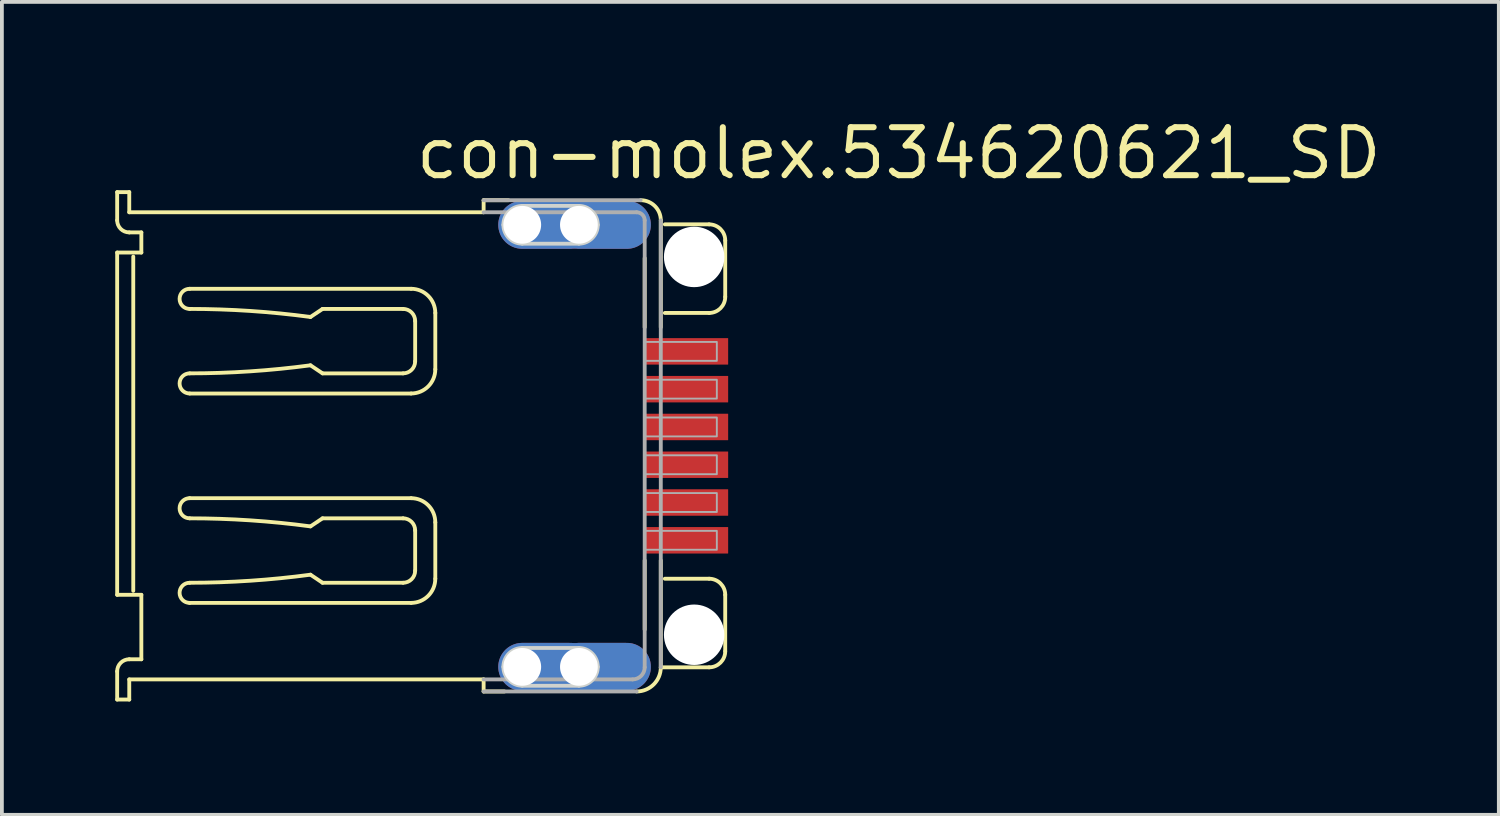
<source format=kicad_pcb>
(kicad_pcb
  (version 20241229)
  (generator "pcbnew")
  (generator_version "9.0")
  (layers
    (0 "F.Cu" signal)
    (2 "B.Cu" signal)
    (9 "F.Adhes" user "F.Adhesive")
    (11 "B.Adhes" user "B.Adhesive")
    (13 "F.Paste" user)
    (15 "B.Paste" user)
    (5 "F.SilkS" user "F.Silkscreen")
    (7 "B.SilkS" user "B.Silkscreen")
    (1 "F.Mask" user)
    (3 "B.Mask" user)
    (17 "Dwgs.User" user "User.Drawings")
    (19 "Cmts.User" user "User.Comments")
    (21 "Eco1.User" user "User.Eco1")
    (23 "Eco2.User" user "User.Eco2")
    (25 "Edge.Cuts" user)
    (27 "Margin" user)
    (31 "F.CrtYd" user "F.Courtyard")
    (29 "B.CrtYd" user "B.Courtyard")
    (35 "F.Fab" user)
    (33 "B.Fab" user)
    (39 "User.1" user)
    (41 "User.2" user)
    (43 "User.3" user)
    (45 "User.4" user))
  (footprint "con-molex.534620621_SD"
    (layer "F.Cu")
    (at 6.872 8.75)
    (property "Reference" "con-molex.534620621_SD" (at 1 -7 0) (layer "F.SilkS") (effects (font (size 1.27 1.27) (thickness 0.16)) (justify left bottom)))
    (attr smd)
    (fp_line (start -6.821 -6.715) (end -6.501 -6.715) (stroke (width 0.102) (type default)) (layer "F.SilkS"))
    (fp_line (start -6.821 -5.968) (end -6.821 -6.715) (stroke (width 0.102) (type default)) (layer "F.SilkS"))
    (fp_line (start -6.821 -5.116) (end -6.181 -5.116) (stroke (width 0.102) (type default)) (layer "F.SilkS"))
    (fp_line (start -6.821 3.943) (end -6.821 -5.116) (stroke (width 0.102) (type default)) (layer "F.SilkS"))
    (fp_line (start -6.821 6.715) (end -6.821 5.968) (stroke (width 0.102) (type default)) (layer "F.SilkS"))
    (fp_line (start -6.501 -6.715) (end -6.501 -6.182) (stroke (width 0.102) (type default)) (layer "F.SilkS"))
    (fp_line (start -6.501 -6.182) (end 2.878 -6.182) (stroke (width 0.102) (type default)) (layer "F.SilkS"))
    (fp_line (start -6.501 5.649) (end -6.181 5.649) (stroke (width 0.102) (type default)) (layer "F.SilkS"))
    (fp_line (start -6.501 6.182) (end -6.501 6.715) (stroke (width 0.102) (type default)) (layer "F.SilkS"))
    (fp_line (start -6.501 6.715) (end -6.821 6.715) (stroke (width 0.102) (type default)) (layer "F.SilkS"))
    (fp_line (start -6.395 -5.009) (end -6.395 3.837) (stroke (width 0.102) (type default)) (layer "F.SilkS"))
    (fp_line (start -6.181 -5.649) (end -6.501 -5.649) (stroke (width 0.102) (type default)) (layer "F.SilkS"))
    (fp_line (start -6.181 -5.116) (end -6.181 -5.649) (stroke (width 0.102) (type default)) (layer "F.SilkS"))
    (fp_line (start -6.181 3.943) (end -6.821 3.943) (stroke (width 0.102) (type default)) (layer "F.SilkS"))
    (fp_line (start -6.181 5.649) (end -6.181 3.943) (stroke (width 0.102) (type default)) (layer "F.SilkS"))
    (fp_line (start -4.903 -4.157) (end 0.959 -4.157) (stroke (width 0.102) (type default)) (layer "F.SilkS"))
    (fp_line (start -4.903 1.385) (end 0.959 1.385) (stroke (width 0.102) (type default)) (layer "F.SilkS"))
    (fp_line (start -1.705 -3.41) (end -1.385 -3.624) (stroke (width 0.102) (type default)) (layer "F.SilkS"))
    (fp_line (start -1.705 -2.132) (end -1.385 -1.918) (stroke (width 0.102) (type default)) (layer "F.SilkS"))
    (fp_line (start -1.705 2.132) (end -1.385 1.918) (stroke (width 0.102) (type default)) (layer "F.SilkS"))
    (fp_line (start -1.705 3.41) (end -1.385 3.624) (stroke (width 0.102) (type default)) (layer "F.SilkS"))
    (fp_line (start -1.385 -1.918) (end 0.746 -1.918) (stroke (width 0.102) (type default)) (layer "F.SilkS"))
    (fp_line (start -1.385 3.624) (end 0.746 3.624) (stroke (width 0.102) (type default)) (layer "F.SilkS"))
    (fp_line (start 0.746 -3.624) (end -1.385 -3.624) (stroke (width 0.102) (type default)) (layer "F.SilkS"))
    (fp_line (start 0.746 1.918) (end -1.385 1.918) (stroke (width 0.102) (type default)) (layer "F.SilkS"))
    (fp_line (start 0.959 -1.385) (end -4.903 -1.385) (stroke (width 0.102) (type default)) (layer "F.SilkS"))
    (fp_line (start 0.959 4.157) (end -4.903 4.157) (stroke (width 0.102) (type default)) (layer "F.SilkS"))
    (fp_line (start 1.066 -2.238) (end 1.066 -3.304) (stroke (width 0.102) (type default)) (layer "F.SilkS"))
    (fp_line (start 1.066 3.304) (end 1.066 2.238) (stroke (width 0.102) (type default)) (layer "F.SilkS"))
    (fp_line (start 1.599 -3.517) (end 1.599 -2.025) (stroke (width 0.102) (type default)) (layer "F.SilkS"))
    (fp_line (start 1.599 2.025) (end 1.599 3.517) (stroke (width 0.102) (type default)) (layer "F.SilkS"))
    (fp_line (start 2.878 -6.501) (end 3.534 -6.501) (stroke (width 0.102) (type default)) (layer "F.SilkS"))
    (fp_line (start 2.878 -6.182) (end 2.878 -6.501) (stroke (width 0.102) (type default)) (layer "F.SilkS"))
    (fp_line (start 2.878 6.182) (end -6.501 6.182) (stroke (width 0.102) (type default)) (layer "F.SilkS"))
    (fp_line (start 2.878 6.501) (end 2.878 6.182) (stroke (width 0.102) (type default)) (layer "F.SilkS"))
    (fp_line (start 3.428 6.501) (end 2.878 6.501) (stroke (width 0.102) (type default)) (layer "F.SilkS"))
    (fp_line (start 7.141 -4.968) (end 7.141 -3.138) (stroke (width 0.102) (type default)) (layer "F.SilkS"))
    (fp_line (start 7.141 3.032) (end 7.141 4.862) (stroke (width 0.102) (type default)) (layer "F.SilkS"))
    (fp_line (start 7.567 -5.968) (end 7.567 -3.138) (stroke (width 0.102) (type default)) (layer "F.SilkS"))
    (fp_line (start 7.567 3.032) (end 7.567 5.862) (stroke (width 0.102) (type default)) (layer "F.SilkS"))
    (fp_line (start 7.567 5.862) (end 8.846 5.862) (stroke (width 0.102) (type default)) (layer "F.SilkS"))
    (fp_line (start 7.674 -5.862) (end 8.846 -5.862) (stroke (width 0.102) (type default)) (layer "F.SilkS"))
    (fp_line (start 8.846 -3.517) (end 7.674 -3.517) (stroke (width 0.102) (type default)) (layer "F.SilkS"))
    (fp_line (start 8.846 3.517) (end 7.674 3.517) (stroke (width 0.102) (type default)) (layer "F.SilkS"))
    (fp_line (start 9.272 -5.436) (end 9.272 -3.943) (stroke (width 0.102) (type default)) (layer "F.SilkS"))
    (fp_line (start 9.272 5.436) (end 9.272 3.943) (stroke (width 0.102) (type default)) (layer "F.SilkS"))
    (fp_arc (start -6.821 5.9684) (mid -6.727421 5.742279) (end -6.5013 5.6487) (stroke (width 0.1016) (type default)) (layer "F.SilkS"))
    (fp_arc (start -6.5013 -5.6487) (mid -6.727362 -5.742338) (end -6.821 -5.9684) (stroke (width 0.1016) (type default)) (layer "F.SilkS"))
    (fp_arc (start -4.9026 -3.6237) (mid -5.16905 -3.89015) (end -4.9026 -4.1566) (stroke (width 0.1016) (type default)) (layer "F.SilkS"))
    (fp_arc (start -4.9026 -3.6237) (mid -3.30035 -3.570341) (end -1.7052 -3.4105) (stroke (width 0.1016) (type default)) (layer "F.SilkS"))
    (fp_arc (start -4.9026 -1.3855) (mid -5.16905 -1.65195) (end -4.9026 -1.9184) (stroke (width 0.1016) (type default)) (layer "F.SilkS"))
    (fp_arc (start -4.9026 1.9184) (mid -5.16905 1.65195) (end -4.9026 1.3855) (stroke (width 0.1016) (type default)) (layer "F.SilkS"))
    (fp_arc (start -4.9026 1.9184) (mid -3.30035 1.971759) (end -1.7052 2.1316) (stroke (width 0.1016) (type default)) (layer "F.SilkS"))
    (fp_arc (start -4.9026 4.1566) (mid -5.16905 3.89015) (end -4.9026 3.6237) (stroke (width 0.1016) (type default)) (layer "F.SilkS"))
    (fp_arc (start -1.7052 -2.1316) (mid -3.30035 -1.971759) (end -4.9026 -1.9184) (stroke (width 0.1016) (type default)) (layer "F.SilkS"))
    (fp_arc (start -1.7052 3.4105) (mid -3.30035 3.570341) (end -4.9026 3.6237) (stroke (width 0.1016) (type default)) (layer "F.SilkS"))
    (fp_arc (start 0.746 -3.6237) (mid 0.972133 -3.530033) (end 1.0658 -3.3039) (stroke (width 0.1016) (type default)) (layer "F.SilkS"))
    (fp_arc (start 0.746 1.9184) (mid 0.972133 2.012067) (end 1.0658 2.2382) (stroke (width 0.1016) (type default)) (layer "F.SilkS"))
    (fp_arc (start 0.9591 -4.1566) (mid 1.411359 -3.96933) (end 1.5987 -3.5171) (stroke (width 0.1016) (type default)) (layer "F.SilkS"))
    (fp_arc (start 0.9591 1.3855) (mid 1.411389 1.572741) (end 1.5987 2.025) (stroke (width 0.1016) (type default)) (layer "F.SilkS"))
    (fp_arc (start 1.0658 -2.2381) (mid 0.972162 -2.012038) (end 0.7461 -1.9184) (stroke (width 0.1016) (type default)) (layer "F.SilkS"))
    (fp_arc (start 1.0658 3.304) (mid 0.972162 3.530062) (end 0.7461 3.6237) (stroke (width 0.1016) (type default)) (layer "F.SilkS"))
    (fp_arc (start 1.5987 -2.025) (mid 1.41143 -1.572841) (end 0.9593 -1.3855) (stroke (width 0.1016) (type default)) (layer "F.SilkS"))
    (fp_arc (start 1.5987 3.5171) (mid 1.41143 3.969259) (end 0.9593 4.1566) (stroke (width 0.1016) (type default)) (layer "F.SilkS"))
    (fp_arc (start 7.0343 -6.5013) (mid 7.411117 -6.345217) (end 7.5672 -5.9684) (stroke (width 0.1016) (type default)) (layer "F.SilkS"))
    (fp_arc (start 7.5672 5.8618) (mid 7.379866 6.313966) (end 6.9277 6.5013) (stroke (width 0.1016) (type default)) (layer "F.SilkS"))
    (fp_arc (start 8.8461 -5.8618) (mid 9.14754 -5.73694) (end 9.2724 -5.4355) (stroke (width 0.1016) (type default)) (layer "F.SilkS"))
    (fp_arc (start 8.8461 3.5171) (mid 9.147569 3.641931) (end 9.2724 3.9434) (stroke (width 0.1016) (type default)) (layer "F.SilkS"))
    (fp_arc (start 9.2724 -3.9434) (mid 9.147569 -3.641931) (end 8.8461 -3.5171) (stroke (width 0.1016) (type default)) (layer "F.SilkS"))
    (fp_arc (start 9.2724 5.4356) (mid 9.14754 5.73704) (end 8.8461 5.8619) (stroke (width 0.1016) (type default)) (layer "F.SilkS"))
    (fp_line (start 3.9 -6.35) (end 5.4 -6.35) (stroke (width 0.1) (type default)) (layer "Edge.Cuts"))
    (fp_line (start 3.9 5.35) (end 5.4 5.35) (stroke (width 0.1) (type default)) (layer "Edge.Cuts"))
    (fp_line (start 5.4 -5.35) (end 3.9 -5.35) (stroke (width 0.1) (type default)) (layer "Edge.Cuts"))
    (fp_line (start 5.4 6.35) (end 3.9 6.35) (stroke (width 0.1) (type default)) (layer "Edge.Cuts"))
    (fp_arc (start 3.4 -5.85) (mid 3.546447 -6.203553) (end 3.9 -6.35) (stroke (width 0.1) (type default)) (layer "Edge.Cuts"))
    (fp_arc (start 3.4 5.85) (mid 3.546447 5.496447) (end 3.9 5.35) (stroke (width 0.1) (type default)) (layer "Edge.Cuts"))
    (fp_arc (start 3.9 -5.35) (mid 3.546447 -5.496447) (end 3.4 -5.85) (stroke (width 0.1) (type default)) (layer "Edge.Cuts"))
    (fp_arc (start 3.9 6.35) (mid 3.546447 6.203553) (end 3.4 5.85) (stroke (width 0.1) (type default)) (layer "Edge.Cuts"))
    (fp_arc (start 5.4 -6.35) (mid 5.753553 -6.203553) (end 5.9 -5.85) (stroke (width 0.1) (type default)) (layer "Edge.Cuts"))
    (fp_arc (start 5.4 5.35) (mid 5.753553 5.496447) (end 5.9 5.85) (stroke (width 0.1) (type default)) (layer "Edge.Cuts"))
    (fp_arc (start 5.9 -5.85) (mid 5.753553 -5.496447) (end 5.4 -5.35) (stroke (width 0.1) (type default)) (layer "Edge.Cuts"))
    (fp_arc (start 5.9 5.85) (mid 5.753553 6.203553) (end 5.4 6.35) (stroke (width 0.1) (type default)) (layer "Edge.Cuts"))
    (fp_line (start 2.878 -6.501) (end 7.034 -6.501) (stroke (width 0.102) (type default)) (layer "F.Fab"))
    (fp_line (start 2.878 -6.182) (end 6.928 -6.182) (stroke (width 0.102) (type default)) (layer "F.Fab"))
    (fp_line (start 6.821 6.182) (end 2.878 6.182) (stroke (width 0.102) (type default)) (layer "F.Fab"))
    (fp_line (start 6.928 6.501) (end 2.878 6.501) (stroke (width 0.102) (type default)) (layer "F.Fab"))
    (fp_line (start 7.141 -5.968) (end 7.141 5.862) (stroke (width 0.102) (type default)) (layer "F.Fab"))
    (fp_line (start 7.567 -5.968) (end 7.567 5.862) (stroke (width 0.102) (type default)) (layer "F.Fab"))
    (fp_rect (start 7.15 -2.25) (end 9.05 -2.75) (stroke (width 0.05) (type default)) (fill no) (layer "F.Fab"))
    (fp_rect (start 7.15 -1.25) (end 9.05 -1.75) (stroke (width 0.05) (type default)) (fill no) (layer "F.Fab"))
    (fp_rect (start 7.15 -0.25) (end 9.05 -0.75) (stroke (width 0.05) (type default)) (fill no) (layer "F.Fab"))
    (fp_rect (start 7.15 0.75) (end 9.05 0.25) (stroke (width 0.05) (type default)) (fill no) (layer "F.Fab"))
    (fp_rect (start 7.15 1.75) (end 9.05 1.25) (stroke (width 0.05) (type default)) (fill no) (layer "F.Fab"))
    (fp_rect (start 7.15 2.75) (end 9.05 2.25) (stroke (width 0.05) (type default)) (fill no) (layer "F.Fab"))
    (fp_arc (start 6.9276 -6.1816) (mid 7.078355 -6.119155) (end 7.1408 -5.9684) (stroke (width 0.1016) (type default)) (layer "F.Fab"))
    (fp_arc (start 7.1408 5.8619) (mid 7.047133 6.087933) (end 6.8211 6.1816) (stroke (width 0.1016) (type default)) (layer "F.Fab"))
    (pad "" np_thru_hole circle (at 8.45 -5) (size 1.6 1.6) (drill 1.6) (layers "*.Cu" "*.Mask"))
    (pad "" np_thru_hole circle (at 8.45 5) (size 1.6 1.6) (drill 1.6) (layers "*.Cu" "*.Mask"))
    (pad "1" smd roundrect (at 8.25 -2.5) (size 2.2 0.7) (layers "F.Cu" "F.Mask" "F.Paste") (roundrect_rratio 0.01))
    (pad "2" smd roundrect (at 8.25 -1.5) (size 2.2 0.7) (layers "F.Cu" "F.Mask" "F.Paste") (roundrect_rratio 0.01))
    (pad "3" smd roundrect (at 8.25 -0.5) (size 2.2 0.7) (layers "F.Cu" "F.Mask" "F.Paste") (roundrect_rratio 0.01))
    (pad "4" smd roundrect (at 8.25 0.5) (size 2.2 0.7) (layers "F.Cu" "F.Mask" "F.Paste") (roundrect_rratio 0.01))
    (pad "5" smd roundrect (at 8.25 1.5) (size 2.2 0.7) (layers "F.Cu" "F.Mask" "F.Paste") (roundrect_rratio 0.01))
    (pad "6" smd roundrect (at 8.25 2.5) (size 2.2 0.7) (layers "F.Cu" "F.Mask" "F.Paste") (roundrect_rratio 0.01))
    (pad "M1" thru_hole oval (at 3.9 -5.85) (size 2.54 1.27) (drill 1 (offset 0.635 0)) (layers "*.Cu" "*.Mask"))
    (pad "M2" thru_hole oval (at 5.4 -5.85) (size 2.54 1.27) (drill 1 (offset 0.635 0)) (layers "*.Cu" "*.Mask"))
    (pad "M3" thru_hole oval (at 3.9 5.85) (size 2.54 1.27) (drill 1 (offset 0.635 0)) (layers "*.Cu" "*.Mask"))
    (pad "M4" thru_hole oval (at 5.4 5.85) (size 2.54 1.27) (drill 1 (offset 0.635 0)) (layers "*.Cu" "*.Mask")))
  (gr_rect
    (start -3 -3)
    (end 36.619 18.515)
    (stroke (width 0.1) (type default))
    (fill no)
    (layer "Edge.Cuts")))
</source>
